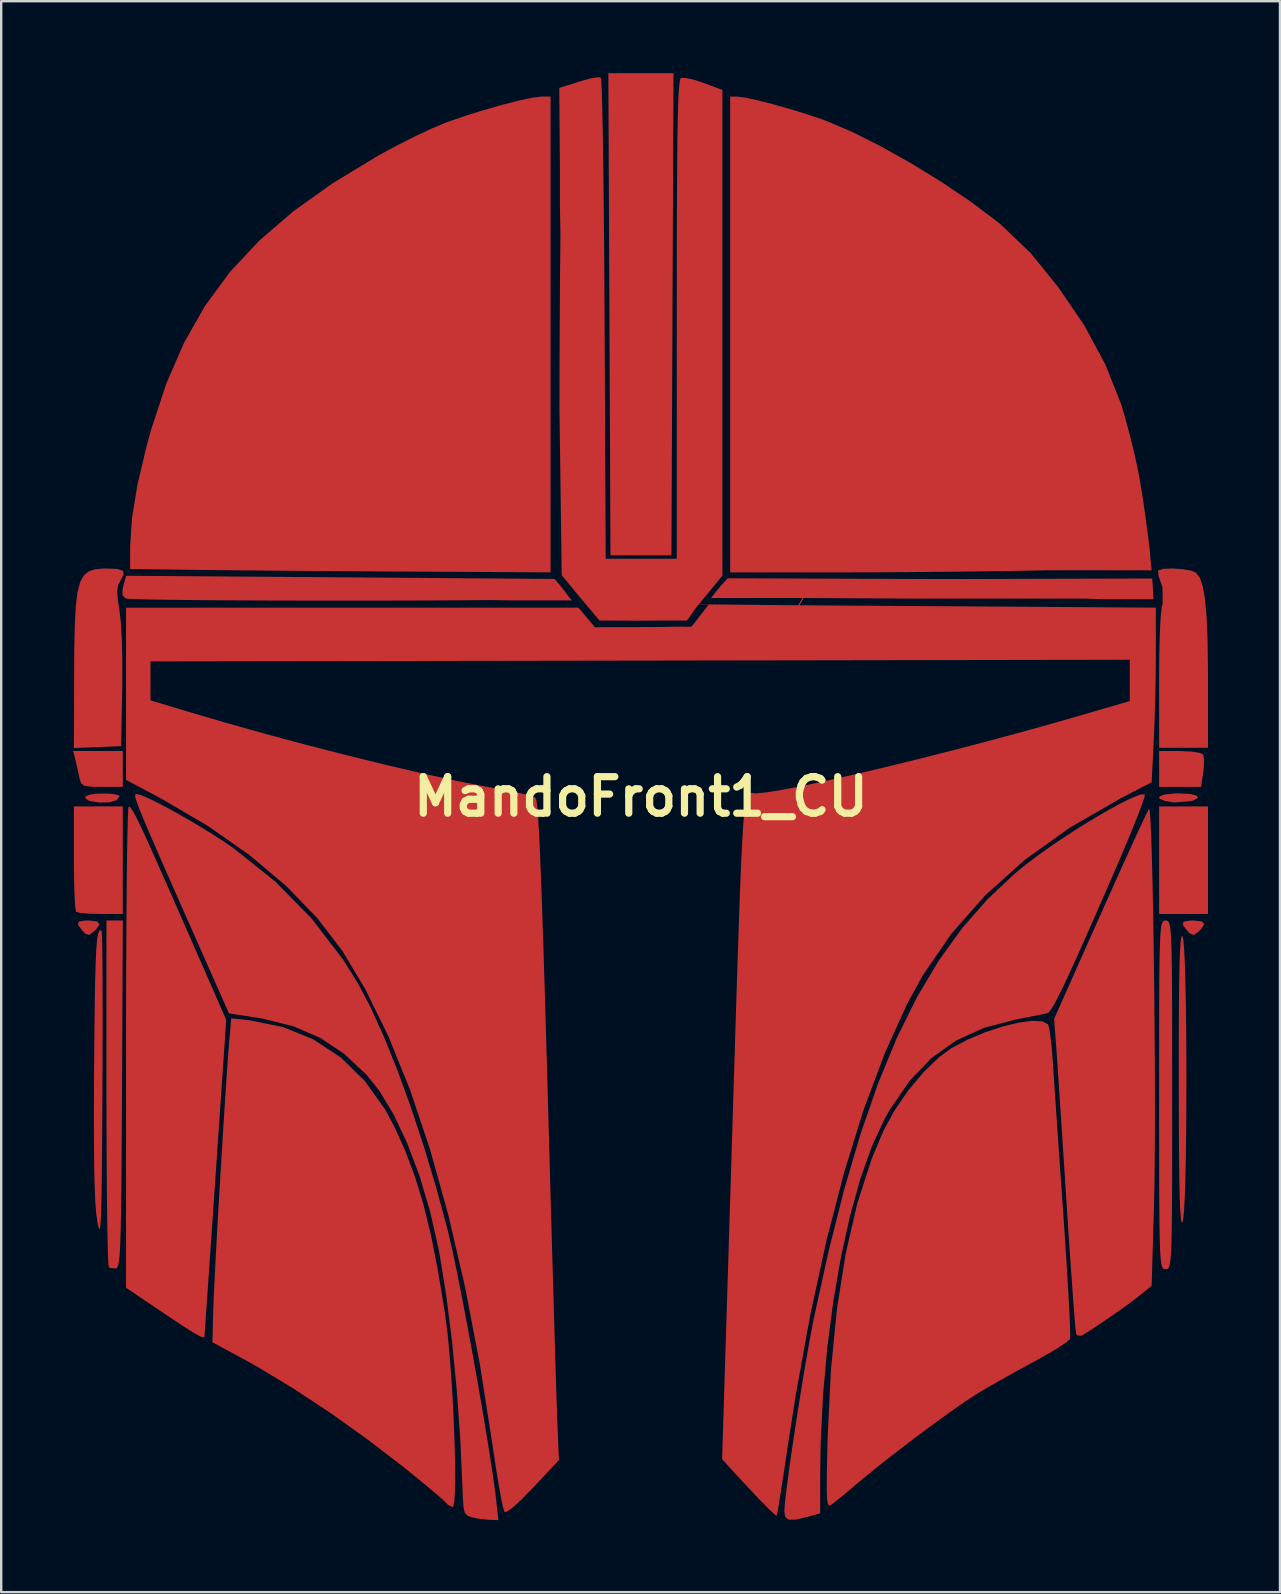
<source format=kicad_pcb>
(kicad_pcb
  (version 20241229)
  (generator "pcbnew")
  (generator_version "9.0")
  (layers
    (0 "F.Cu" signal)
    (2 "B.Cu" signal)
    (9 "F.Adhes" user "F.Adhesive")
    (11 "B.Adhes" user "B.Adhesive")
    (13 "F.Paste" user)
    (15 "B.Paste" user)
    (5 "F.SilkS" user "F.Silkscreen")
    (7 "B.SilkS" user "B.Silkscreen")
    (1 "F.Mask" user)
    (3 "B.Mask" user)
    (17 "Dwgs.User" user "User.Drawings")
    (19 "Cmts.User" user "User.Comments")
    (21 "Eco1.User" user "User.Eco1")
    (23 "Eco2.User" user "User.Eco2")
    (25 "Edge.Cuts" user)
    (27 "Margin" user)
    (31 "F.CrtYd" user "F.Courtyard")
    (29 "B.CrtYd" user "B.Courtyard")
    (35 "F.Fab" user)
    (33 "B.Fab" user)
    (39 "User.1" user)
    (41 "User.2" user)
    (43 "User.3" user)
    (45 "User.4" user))
  (footprint "MandoFront1_CU"
    (layer "F.Cu")
    (at 23.664 30.154)
    (property "Reference" "MandoFront1_CU" (at 0 0 0) (layer "F.SilkS") (effects (font (size 1.524 1.524) (thickness 0.3))))
    (attr board_only exclude_from_pos_files exclude_from_bom)
    (fp_poly (pts (xy 1.27 -10.058) (xy -1.27 -10.058) (xy -1.358 -30.154) (xy 1.358 -30.154)) (stroke (width 0) (type solid)) (fill yes) (layer "F.Cu"))
    (fp_poly (pts (xy 23.634 4.89) (xy 21.597 4.89) (xy 21.597 0.407) (xy 23.634 0.407)) (stroke (width 0) (type solid)) (fill yes) (layer "F.Cu"))
    (fp_poly (pts (xy 22.936 -1.881) (xy 23.286 -1.826) (xy 23.436 -1.756) (xy 23.472 -1.542) (xy 23.457 -1.174) (xy 23.436 -1.009) (xy 23.346 -0.407) (xy 21.597 -0.407) (xy 21.597 -1.902) (xy 22.472 -1.902)) (stroke (width 0) (type solid)) (fill yes) (layer "F.Cu"))
    (fp_poly (pts (xy -22.666 5.198) (xy -22.565 5.318) (xy -22.712 5.536) (xy -22.797 5.617) (xy -23.002 5.766) (xy -23.158 5.711) (xy -23.273 5.593) (xy -23.464 5.34) (xy -23.433 5.209) (xy -23.162 5.164) (xy -23.023 5.161)) (stroke (width 0) (type solid)) (fill yes) (layer "F.Cu"))
    (fp_poly (pts (xy -21.597 -0.407) (xy -22.463 -0.407) (xy -22.933 -0.414) (xy -23.2 -0.451) (xy -23.33 -0.548) (xy -23.393 -0.732) (xy -23.407 -0.799) (xy -23.5 -1.231) (xy -23.574 -1.546) (xy -23.664 -1.902) (xy -21.597 -1.902)) (stroke (width 0) (type solid)) (fill yes) (layer "F.Cu"))
    (fp_poly (pts (xy 23.38 5.198) (xy 23.481 5.318) (xy 23.334 5.536) (xy 23.249 5.617) (xy 23.044 5.766) (xy 22.888 5.711) (xy 22.773 5.593) (xy 22.582 5.34) (xy 22.613 5.209) (xy 22.884 5.164) (xy 23.023 5.161)) (stroke (width 0) (type solid)) (fill yes) (layer "F.Cu"))
    (fp_poly (pts (xy -21.959 -0.107) (xy -21.755 -0.049) (xy -21.733 -0.015) (xy -21.853 0.146) (xy -22.163 0.237) (xy -22.588 0.245) (xy -22.991 0.178) (xy -23.155 0.071) (xy -23.152 -0.01) (xy -22.989 -0.083) (xy -22.671 -0.124) (xy -22.296 -0.132)) (stroke (width 0) (type solid)) (fill yes) (layer "F.Cu"))
    (fp_poly (pts (xy 22.888 -0.111) (xy 23.164 -0.045) (xy 23.219 0.047) (xy 23.031 0.153) (xy 22.921 0.186) (xy 22.215 0.244) (xy 21.834 0.178) (xy 21.605 0.08) (xy 21.617 -0.016) (xy 21.84 -0.092) (xy 22.244 -0.133) (xy 22.412 -0.136)) (stroke (width 0) (type solid)) (fill yes) (layer "F.Cu"))
    (fp_poly (pts (xy -21.597 4.89) (xy -22.525 4.89) (xy -23.004 4.877) (xy -23.37 4.845) (xy -23.543 4.8) (xy -23.544 4.799) (xy -23.575 4.639) (xy -23.601 4.255) (xy -23.621 3.697) (xy -23.632 3.011) (xy -23.634 2.558) (xy -23.634 0.407) (xy -21.597 0.407)) (stroke (width 0) (type solid)) (fill yes) (layer "F.Cu"))
    (fp_poly (pts (xy -21.63 12.393) (xy -21.638 13.992) (xy -21.647 15.341) (xy -21.657 16.46) (xy -21.67 17.37) (xy -21.685 18.093) (xy -21.703 18.649) (xy -21.725 19.059) (xy -21.753 19.345) (xy -21.785 19.527) (xy -21.825 19.626) (xy -21.871 19.663) (xy -21.875 19.664) (xy -22.117 19.647) (xy -22.181 19.609) (xy -22.199 19.459) (xy -22.216 19.063) (xy -22.231 18.446) (xy -22.245 17.633) (xy -22.257 16.651) (xy -22.266 15.524) (xy -22.272 14.279) (xy -22.276 12.94) (xy -22.276 12.338) (xy -22.276 5.161) (xy -21.594 5.161)) (stroke (width 0) (type solid)) (fill yes) (layer "F.Cu"))
    (fp_poly (pts (xy 22.561 -9.482) (xy 22.933 -9.418) (xy 23.131 -9.338) (xy 23.289 -9.138) (xy 23.413 -8.782) (xy 23.507 -8.25) (xy 23.574 -7.518) (xy 23.615 -6.567) (xy 23.633 -5.374) (xy 23.634 -4.871) (xy 23.634 -2.037) (xy 21.597 -2.037) (xy 21.597 -4.883) (xy 21.604 -5.918) (xy 21.625 -6.781) (xy 21.659 -7.447) (xy 21.704 -7.887) (xy 21.744 -8.053) (xy 21.742 -8.382) (xy 21.734 -8.747) (xy 21.688 -8.863) (xy 21.576 -9.192) (xy 21.552 -9.405) (xy 21.563 -9.429) (xy 21.77 -9.494) (xy 22.138 -9.51)) (stroke (width 0) (type solid)) (fill yes) (layer "F.Cu"))
    (fp_poly (pts (xy -21.809 -9.489) (xy -21.582 -9.413) (xy -21.56 -9.253) (xy -21.685 -9.021) (xy -21.793 -8.806) (xy -21.829 -8.548) (xy -21.797 -8.166) (xy -21.736 -7.78) (xy -21.678 -7.268) (xy -21.637 -6.544) (xy -21.617 -5.669) (xy -21.618 -4.702) (xy -21.621 -4.482) (xy -21.665 -2.105) (xy -22.649 -2.065) (xy -23.634 -2.026) (xy -23.626 -4.918) (xy -23.618 -6.157) (xy -23.597 -7.152) (xy -23.556 -7.929) (xy -23.485 -8.514) (xy -23.377 -8.935) (xy -23.225 -9.217) (xy -23.02 -9.389) (xy -22.755 -9.476) (xy -22.422 -9.506) (xy -22.273 -9.508)) (stroke (width 0) (type solid)) (fill yes) (layer "F.Cu"))
    (fp_poly (pts (xy -3.599 -9.075) (xy -3.296 -8.715) (xy -3.106 -8.468) (xy -2.972 -8.28) (xy -2.87 -8.179) (xy -3.353 -8.179) (xy -3.759 -8.179) (xy -4.465 -8.179) (xy -5.29 -8.179) (xy -6.276 -8.193) (xy -7.395 -8.185) (xy -8.618 -8.178) (xy -9.919 -8.174) (xy -11.269 -8.171) (xy -12.641 -8.171) (xy -14.007 -8.172) (xy -15.34 -8.175) (xy -16.611 -8.18) (xy -17.794 -8.187) (xy -18.859 -8.196) (xy -19.781 -8.207) (xy -20.529 -8.219) (xy -21.079 -8.234) (xy -21.4 -8.251) (xy -21.472 -8.261) (xy -21.61 -8.391) (xy -21.604 -8.651) (xy -21.574 -8.78) (xy -21.461 -9.206)) (stroke (width 0) (type solid)) (fill yes) (layer "F.Cu"))
    (fp_poly (pts (xy 22.568 5.806) (xy 22.607 5.978) (xy 22.641 6.388) (xy 22.67 6.999) (xy 22.693 7.78) (xy 22.712 8.694) (xy 22.725 9.707) (xy 22.732 10.786) (xy 22.735 11.896) (xy 22.731 13.001) (xy 22.723 14.068) (xy 22.709 15.063) (xy 22.69 15.951) (xy 22.665 16.697) (xy 22.635 17.267) (xy 22.6 17.627) (xy 22.573 17.733) (xy 22.535 17.731) (xy 22.503 17.573) (xy 22.477 17.242) (xy 22.456 16.724) (xy 22.44 16.002) (xy 22.428 15.062) (xy 22.421 13.888) (xy 22.417 12.463) (xy 22.416 11.824) (xy 22.417 10.288) (xy 22.421 9.008) (xy 22.43 7.967) (xy 22.444 7.151) (xy 22.462 6.542) (xy 22.487 6.124) (xy 22.517 5.882) (xy 22.553 5.8)) (stroke (width 0) (type solid)) (fill yes) (layer "F.Cu"))
    (fp_poly (pts (xy -22.478 5.593) (xy -22.465 5.739) (xy -22.454 6.129) (xy -22.446 6.738) (xy -22.44 7.539) (xy -22.437 8.505) (xy -22.436 9.609) (xy -22.439 10.825) (xy -22.444 12.126) (xy -22.444 12.169) (xy -22.453 13.661) (xy -22.462 14.899) (xy -22.472 15.902) (xy -22.484 16.688) (xy -22.498 17.275) (xy -22.515 17.682) (xy -22.535 17.926) (xy -22.561 18.027) (xy -22.591 18.001) (xy -22.627 17.868) (xy -22.655 17.726) (xy -22.703 17.375) (xy -22.741 16.89) (xy -22.769 16.247) (xy -22.788 15.427) (xy -22.798 14.405) (xy -22.8 13.161) (xy -22.794 11.673) (xy -22.791 11.251) (xy -22.779 9.809) (xy -22.765 8.617) (xy -22.748 7.656) (xy -22.726 6.904) (xy -22.699 6.342) (xy -22.665 5.948) (xy -22.623 5.701) (xy -22.573 5.581) (xy -22.512 5.567)) (stroke (width 0) (type solid)) (fill yes) (layer "F.Cu"))
    (fp_poly (pts (xy -3.768 -9.349) (xy -9.574 -9.38) (xy -10.949 -9.388) (xy -12.361 -9.397) (xy -13.761 -9.407) (xy -15.097 -9.418) (xy -16.321 -9.429) (xy -17.38 -9.439) (xy -18.227 -9.449) (xy -18.335 -9.45) (xy -21.29 -9.49) (xy -21.29 -10.42) (xy -21.212 -11.619) (xy -20.979 -13.032) (xy -20.591 -14.663) (xy -20.407 -15.322) (xy -19.785 -17.21) (xy -19.046 -18.911) (xy -18.17 -20.454) (xy -17.133 -21.864) (xy -15.914 -23.17) (xy -14.49 -24.397) (xy -12.839 -25.573) (xy -10.938 -26.725) (xy -10.935 -26.726) (xy -10.202 -27.124) (xy -9.436 -27.511) (xy -8.723 -27.846) (xy -8.148 -28.089) (xy -8.083 -28.113) (xy -7.341 -28.369) (xy -6.554 -28.615) (xy -5.781 -28.835) (xy -5.083 -29.014) (xy -4.519 -29.134) (xy -4.148 -29.179) (xy -4.141 -29.179) (xy -3.768 -29.18)) (stroke (width 0) (type solid)) (fill yes) (layer "F.Cu"))
    (fp_poly (pts (xy -21.298 0.433) (xy -21.224 0.524) (xy -21.117 0.702) (xy -20.97 0.989) (xy -20.771 1.406) (xy -20.51 1.975) (xy -20.177 2.718) (xy -19.762 3.656) (xy -19.254 4.81) (xy -18.953 5.496) (xy -17.285 9.304) (xy -17.736 15.892) (xy -17.826 17.201) (xy -17.91 18.424) (xy -17.987 19.537) (xy -18.054 20.511) (xy -18.11 21.323) (xy -18.154 21.944) (xy -18.182 22.349) (xy -18.194 22.512) (xy -18.194 22.514) (xy -18.247 22.54) (xy -18.399 22.482) (xy -18.68 22.322) (xy -19.118 22.043) (xy -19.741 21.628) (xy -19.933 21.499) (xy -21.461 20.468) (xy -21.461 10.438) (xy -21.46 8.814) (xy -21.455 7.272) (xy -21.449 5.832) (xy -21.44 4.516) (xy -21.429 3.345) (xy -21.416 2.341) (xy -21.402 1.524) (xy -21.386 0.915) (xy -21.37 0.536) (xy -21.352 0.407)) (stroke (width 0) (type solid)) (fill yes) (layer "F.Cu"))
    (fp_poly (pts (xy 4.024 -29.178) (xy 4.345 -29.137) (xy 4.858 -29.025) (xy 5.499 -28.861) (xy 6.204 -28.662) (xy 6.908 -28.446) (xy 7.547 -28.23) (xy 7.725 -28.165) (xy 8.8 -27.707) (xy 10.005 -27.102) (xy 11.274 -26.39) (xy 12.54 -25.611) (xy 13.736 -24.805) (xy 14.794 -24.011) (xy 15.024 -23.823) (xy 16.252 -22.646) (xy 17.383 -21.246) (xy 18.466 -19.663) (xy 19.355 -18.016) (xy 20.041 -16.289) (xy 20.371 -15.095) (xy 20.574 -14.27) (xy 20.752 -13.428) (xy 20.904 -12.529) (xy 21.031 -11.645) (xy 21.133 -10.878) (xy 21.209 -10.269) (xy 21.234 -9.915) (xy 21.285 -9.433) (xy 17.007 -9.437) (xy 15.768 -9.413) (xy 14.34 -9.392) (xy 12.805 -9.374) (xy 11.245 -9.36) (xy 9.742 -9.351) (xy 8.38 -9.347) (xy 8.314 -9.347) (xy 3.718 -9.347) (xy 3.718 -29.178)) (stroke (width 0) (type solid)) (fill yes) (layer "F.Cu"))
    (fp_poly (pts (xy 21.207 0.605) (xy 21.235 0.951) (xy 21.262 1.516) (xy 21.288 2.27) (xy 21.313 3.188) (xy 21.336 4.242) (xy 21.357 5.405) (xy 21.376 6.649) (xy 21.392 7.949) (xy 21.405 9.276) (xy 21.415 10.604) (xy 21.421 11.905) (xy 21.423 13.152) (xy 21.42 14.319) (xy 21.413 15.377) (xy 21.4 16.301) (xy 21.385 16.99) (xy 21.286 20.388) (xy 20.728 20.836) (xy 20.328 21.14) (xy 19.792 21.523) (xy 19.214 21.92) (xy 18.687 22.268) (xy 18.37 22.465) (xy 18.187 22.46) (xy 18.138 22.386) (xy 18.116 22.215) (xy 18.08 21.804) (xy 18.031 21.181) (xy 17.972 20.377) (xy 17.905 19.423) (xy 17.831 18.349) (xy 17.755 17.184) (xy 17.733 16.843) (xy 17.653 15.611) (xy 17.576 14.422) (xy 17.503 13.312) (xy 17.437 12.318) (xy 17.381 11.478) (xy 17.337 10.829) (xy 17.307 10.409) (xy 17.304 10.371) (xy 17.22 9.264) (xy 19.146 4.937) (xy 19.6 3.923) (xy 20.021 2.987) (xy 20.397 2.158) (xy 20.715 1.466) (xy 20.96 0.94) (xy 21.12 0.609) (xy 21.179 0.502)) (stroke (width 0) (type solid)) (fill yes) (layer "F.Cu"))
    (fp_poly (pts (xy 21.928 5.167) (xy 21.978 5.197) (xy 22.019 5.274) (xy 22.053 5.418) (xy 22.08 5.652) (xy 22.101 5.996) (xy 22.116 6.472) (xy 22.127 7.102) (xy 22.134 7.907) (xy 22.138 8.908) (xy 22.139 10.127) (xy 22.14 11.586) (xy 22.14 12.428) (xy 22.14 14.017) (xy 22.139 15.355) (xy 22.136 16.465) (xy 22.131 17.367) (xy 22.122 18.084) (xy 22.109 18.636) (xy 22.091 19.045) (xy 22.068 19.332) (xy 22.037 19.519) (xy 22 19.628) (xy 21.954 19.679) (xy 21.9 19.694) (xy 21.868 19.695) (xy 21.809 19.69) (xy 21.759 19.66) (xy 21.718 19.583) (xy 21.684 19.439) (xy 21.657 19.205) (xy 21.636 18.861) (xy 21.621 18.385) (xy 21.61 17.755) (xy 21.603 16.95) (xy 21.599 15.949) (xy 21.597 14.73) (xy 21.597 13.271) (xy 21.597 12.428) (xy 21.597 10.84) (xy 21.598 9.501) (xy 21.601 8.392) (xy 21.606 7.489) (xy 21.615 6.773) (xy 21.628 6.221) (xy 21.646 5.812) (xy 21.669 5.525) (xy 21.699 5.337) (xy 21.737 5.229) (xy 21.782 5.178) (xy 21.837 5.162) (xy 21.868 5.161)) (stroke (width 0) (type solid)) (fill yes) (layer "F.Cu"))
    (fp_poly (pts (xy -16.315 9.321) (xy -14.922 9.6) (xy -13.649 10.12) (xy -12.507 10.874) (xy -11.505 11.853) (xy -10.655 13.05) (xy -10.283 13.741) (xy -9.823 14.762) (xy -9.423 15.823) (xy -9.073 16.97) (xy -8.759 18.247) (xy -8.471 19.699) (xy -8.195 21.371) (xy -8.151 21.665) (xy -8.065 22.337) (xy -7.987 23.135) (xy -7.916 24.021) (xy -7.856 24.955) (xy -7.807 25.899) (xy -7.771 26.814) (xy -7.749 27.662) (xy -7.743 28.403) (xy -7.754 29) (xy -7.783 29.412) (xy -7.833 29.602) (xy -7.849 29.611) (xy -8.052 29.51) (xy -8.09 29.462) (xy -8.223 29.331) (xy -8.531 29.062) (xy -8.978 28.689) (xy -9.526 28.241) (xy -9.966 27.887) (xy -11.423 26.769) (xy -12.949 25.682) (xy -14.471 24.677) (xy -15.916 23.803) (xy -16.503 23.475) (xy -17.861 22.739) (xy -17.823 21.319) (xy -17.804 20.825) (xy -17.77 20.104) (xy -17.723 19.201) (xy -17.666 18.16) (xy -17.602 17.025) (xy -17.532 15.841) (xy -17.46 14.652) (xy -17.389 13.503) (xy -17.32 12.438) (xy -17.257 11.5) (xy -17.203 10.736) (xy -17.162 10.222) (xy -17.077 9.238)) (stroke (width 0) (type solid)) (fill yes) (layer "F.Cu"))
    (fp_poly (pts (xy 16.728 9.362) (xy 16.968 9.491) (xy 16.972 9.497) (xy 17.025 9.699) (xy 17.082 10.105) (xy 17.136 10.649) (xy 17.165 11.048) (xy 17.196 11.51) (xy 17.243 12.201) (xy 17.303 13.078) (xy 17.373 14.101) (xy 17.451 15.228) (xy 17.534 16.415) (xy 17.605 17.423) (xy 17.683 18.566) (xy 17.751 19.626) (xy 17.808 20.573) (xy 17.852 21.375) (xy 17.88 22.001) (xy 17.892 22.42) (xy 17.886 22.6) (xy 17.886 22.601) (xy 17.744 22.733) (xy 17.411 22.957) (xy 16.935 23.242) (xy 16.367 23.557) (xy 16.365 23.558) (xy 15.685 23.927) (xy 14.988 24.317) (xy 14.367 24.673) (xy 14.011 24.885) (xy 13.503 25.216) (xy 12.839 25.681) (xy 12.072 26.238) (xy 11.257 26.848) (xy 10.445 27.471) (xy 9.691 28.067) (xy 9.048 28.595) (xy 8.897 28.724) (xy 8.485 29.072) (xy 8.136 29.357) (xy 7.914 29.525) (xy 7.891 29.539) (xy 7.829 29.543) (xy 7.784 29.45) (xy 7.756 29.23) (xy 7.744 28.854) (xy 7.746 28.29) (xy 7.761 27.51) (xy 7.782 26.677) (xy 7.919 23.891) (xy 8.17 21.347) (xy 8.535 19.037) (xy 9.017 16.957) (xy 9.616 15.1) (xy 10.106 13.928) (xy 10.567 13.082) (xy 11.144 12.243) (xy 11.785 11.477) (xy 12.436 10.85) (xy 12.94 10.483) (xy 13.609 10.13) (xy 14.327 9.827) (xy 15.047 9.587) (xy 15.719 9.422) (xy 16.296 9.343)) (stroke (width 0) (type solid)) (fill yes) (layer "F.Cu"))
    (fp_poly (pts (xy -20.857 -0.073) (xy -20.479 0.088) (xy -19.963 0.347) (xy -19.352 0.678) (xy -18.692 1.057) (xy -18.028 1.459) (xy -17.403 1.859) (xy -16.985 2.145) (xy -15.247 3.532) (xy -13.729 5.075) (xy -12.417 6.788) (xy -11.799 7.773) (xy -11.273 8.768) (xy -10.72 9.988) (xy -10.154 11.394) (xy -9.59 12.942) (xy -9.045 14.59) (xy -8.532 16.298) (xy -8.067 18.022) (xy -8.032 18.161) (xy -7.872 18.851) (xy -7.68 19.759) (xy -7.466 20.835) (xy -7.238 22.03) (xy -7.005 23.293) (xy -6.777 24.575) (xy -6.562 25.825) (xy -6.37 26.993) (xy -6.208 28.03) (xy -6.087 28.884) (xy -6.035 29.305) (xy -5.941 30.154) (xy -6.332 30.14) (xy -6.759 30.095) (xy -7.063 30.033) (xy -7.238 29.966) (xy -7.342 29.843) (xy -7.397 29.602) (xy -7.425 29.179) (xy -7.434 28.926) (xy -7.527 26.829) (xy -7.676 24.729) (xy -7.875 22.691) (xy -8.116 20.782) (xy -8.394 19.066) (xy -8.442 18.812) (xy -8.793 17.266) (xy -9.232 15.797) (xy -9.741 14.446) (xy -10.304 13.252) (xy -10.905 12.256) (xy -11.434 11.594) (xy -12.376 10.715) (xy -13.369 10.052) (xy -14.472 9.576) (xy -15.744 9.256) (xy -16.118 9.193) (xy -17.171 9.033) (xy -18.645 5.705) (xy -19.242 4.354) (xy -19.738 3.231) (xy -20.14 2.314) (xy -20.458 1.582) (xy -20.7 1.014) (xy -20.875 0.59) (xy -20.991 0.288) (xy -21.057 0.088) (xy -21.083 -0.032) (xy -21.075 -0.092) (xy -21.051 -0.112)) (stroke (width 0) (type solid)) (fill yes) (layer "F.Cu"))
    (fp_poly (pts (xy 21.005 -0.094) (xy 20.978 0.05) (xy 20.853 0.408) (xy 20.645 0.947) (xy 20.367 1.633) (xy 20.032 2.432) (xy 19.691 3.225) (xy 19.079 4.628) (xy 18.563 5.799) (xy 18.135 6.756) (xy 17.787 7.517) (xy 17.51 8.101) (xy 17.295 8.525) (xy 17.134 8.808) (xy 17.019 8.968) (xy 16.948 9.022) (xy 16.74 9.069) (xy 16.34 9.149) (xy 15.825 9.247) (xy 15.668 9.276) (xy 14.318 9.627) (xy 13.139 10.161) (xy 12.105 10.896) (xy 11.192 11.851) (xy 10.373 13.046) (xy 10.147 13.447) (xy 9.627 14.566) (xy 9.147 15.919) (xy 8.715 17.47) (xy 8.337 19.183) (xy 8.019 21.022) (xy 7.767 22.952) (xy 7.589 24.936) (xy 7.49 26.94) (xy 7.471 28.212) (xy 7.471 29.87) (xy 6.961 30.011) (xy 6.457 30.131) (xy 6.157 30.138) (xy 6.013 30.021) (xy 5.977 29.78) (xy 5.999 29.452) (xy 6.062 28.9) (xy 6.158 28.171) (xy 6.28 27.309) (xy 6.421 26.36) (xy 6.575 25.369) (xy 6.735 24.38) (xy 6.893 23.438) (xy 7.044 22.589) (xy 7.179 21.878) (xy 7.207 21.738) (xy 7.827 18.919) (xy 8.476 16.355) (xy 9.161 14.032) (xy 9.891 11.933) (xy 10.671 10.044) (xy 11.509 8.349) (xy 12.413 6.833) (xy 13.388 5.48) (xy 14.443 4.276) (xy 15.584 3.204) (xy 15.936 2.914) (xy 16.533 2.457) (xy 17.21 1.979) (xy 17.928 1.502) (xy 18.65 1.048) (xy 19.338 0.64) (xy 19.955 0.299) (xy 20.464 0.048) (xy 20.826 -0.09) (xy 21.004 -0.094)) (stroke (width 0) (type solid)) (fill yes) (layer "F.Cu"))
    (fp_poly (pts (xy -1.668 -29.966) (xy -1.65 -29.816) (xy -1.632 -29.416) (xy -1.614 -28.787) (xy -1.596 -27.952) (xy -1.579 -26.931) (xy -1.563 -25.745) (xy -1.548 -24.418) (xy -1.535 -22.969) (xy -1.524 -21.421) (xy -1.516 -19.888) (xy -1.469 -9.916) (xy 1.494 -9.916) (xy 1.494 -19.903) (xy 1.495 -21.838) (xy 1.497 -23.517) (xy 1.502 -24.958) (xy 1.508 -26.178) (xy 1.517 -27.192) (xy 1.529 -28.019) (xy 1.545 -28.674) (xy 1.563 -29.174) (xy 1.586 -29.537) (xy 1.612 -29.777) (xy 1.643 -29.913) (xy 1.676 -29.961) (xy 1.894 -29.953) (xy 2.271 -29.862) (xy 2.627 -29.743) (xy 3.396 -29.455) (xy 3.396 -9.214) (xy 2.904 -8.614) (xy 2.412 -8.014) (xy 2.828 -8.014) (xy 6.553 -7.976) (xy 6.731 -8.28) (xy 4.724 -8.28) (xy 3.2 -8.28) (xy 2.921 -8.28) (xy 3.124 -8.534) (xy 3.353 -8.814) (xy 3.619 -9.103) (xy 12.574 -9.068) (xy 21.311 -9.093) (xy 21.361 -8.23) (xy 20.549 -8.23) (xy 19.914 -8.23) (xy 19.253 -8.23) (xy 18.491 -8.255) (xy 17.323 -8.255) (xy 16.332 -8.255) (xy 14.986 -8.255) (xy 11.303 -8.255) (xy 6.782 -8.28) (xy 6.604 -7.976) (xy 21.461 -7.878) (xy 21.46 -5.943) (xy 21.453 -5.041) (xy 21.434 -4.042) (xy 21.405 -3.073) (xy 21.373 -2.304) (xy 21.286 -0.601) (xy 19.987 0.073) (xy 17.875 1.291) (xy 16.002 2.631) (xy 14.361 4.099) (xy 12.945 5.702) (xy 11.747 7.448) (xy 11.089 8.647) (xy 10.154 10.716) (xy 9.282 13.046) (xy 8.476 15.636) (xy 7.735 18.484) (xy 7.06 21.588) (xy 6.451 24.945) (xy 6.116 27.09) (xy 5.99 27.935) (xy 5.876 28.684) (xy 5.779 29.296) (xy 5.707 29.733) (xy 5.665 29.954) (xy 5.659 29.973) (xy 5.555 29.902) (xy 5.315 29.677) (xy 4.99 29.346) (xy 4.948 29.302) (xy 4.53 28.858) (xy 4.113 28.412) (xy 3.829 28.103) (xy 3.383 27.615) (xy 3.728 16.49) (xy 3.804 14.014) (xy 3.873 11.795) (xy 3.934 9.82) (xy 3.989 8.074) (xy 4.038 6.544) (xy 4.083 5.215) (xy 4.124 4.072) (xy 4.162 3.103) (xy 4.199 2.293) (xy 4.234 1.628) (xy 4.269 1.094) (xy 4.306 0.677) (xy 4.343 0.363) (xy 4.384 0.137) (xy 4.428 -0.014) (xy 4.476 -0.104) (xy 4.529 -0.148) (xy 4.589 -0.159) (xy 4.656 -0.152) (xy 4.73 -0.14) (xy 4.785 -0.137) (xy 5.199 -0.174) (xy 5.845 -0.277) (xy 6.692 -0.441) (xy 7.712 -0.658) (xy 8.875 -0.921) (xy 10.151 -1.222) (xy 11.51 -1.555) (xy 12.922 -1.912) (xy 14.359 -2.287) (xy 15.789 -2.672) (xy 17.185 -3.06) (xy 17.963 -3.284) (xy 20.374 -3.983) (xy 20.374 -5.706) (xy -0.034 -5.671) (xy -20.442 -5.637) (xy -20.442 -4.016) (xy -18.948 -3.564) (xy -17.361 -3.096) (xy -15.687 -2.626) (xy -13.974 -2.166) (xy -12.268 -1.727) (xy -10.615 -1.321) (xy -9.06 -0.958) (xy -7.652 -0.652) (xy -6.435 -0.412) (xy -5.976 -0.332) (xy -5.372 -0.22) (xy -4.861 -0.105) (xy -4.508 -0.003) (xy -4.386 0.055) (xy -4.354 0.161) (xy -4.321 0.427) (xy -4.286 0.864) (xy -4.249 1.483) (xy -4.21 2.295) (xy -4.168 3.31) (xy -4.123 4.54) (xy -4.074 5.995) (xy -4.021 7.686) (xy -3.964 9.624) (xy -3.901 11.819) (xy -3.882 12.496) (xy -3.831 14.337) (xy -3.781 16.125) (xy -3.732 17.84) (xy -3.686 19.459) (xy -3.642 20.96) (xy -3.602 22.32) (xy -3.567 23.517) (xy -3.536 24.53) (xy -3.511 25.336) (xy -3.491 25.912) (xy -3.48 26.219) (xy -3.418 27.65) (xy -4.491 28.796) (xy -4.991 29.309) (xy -5.372 29.653) (xy -5.614 29.812) (xy -5.687 29.81) (xy -5.743 29.64) (xy -5.827 29.244) (xy -5.931 28.668) (xy -6.047 27.954) (xy -6.167 27.146) (xy -6.174 27.098) (xy -6.716 23.645) (xy -7.333 20.427) (xy -8.024 17.449) (xy -8.787 14.714) (xy -9.62 12.227) (xy -10.524 9.991) (xy -11.496 8.011) (xy -12.438 6.438) (xy -13.486 5.064) (xy -14.784 3.725) (xy -16.308 2.44) (xy -18.037 1.228) (xy -19.949 0.106) (xy -20.001 0.079) (xy -21.461 -0.7) (xy -21.461 -7.878) (xy -2.605 -7.878) (xy -2.262 -7.471) (xy -1.919 -7.063) (xy 0.025 -7.067) (xy 0.788 -7.071) (xy 1.327 -7.082) (xy 1.687 -7.087) (xy 1.958 -7.081) (xy 2.108 -7.087) (xy 2.311 -7.341) (xy 2.464 -7.544) (xy 2.819 -8.001) (xy 2.388 -8.001) (xy 2.134 -7.645) (xy 2.032 -7.493) (xy 1.916 -7.341) (xy 1.702 -7.341) (xy 1.321 -7.341) (xy 0.742 -7.34) (xy -0.054 -7.335) (xy -1.727 -7.341) (xy -2.54 -8.306) (xy -3.302 -9.231) (xy -3.396 -16.139) (xy -3.394 -17.624) (xy -3.388 -19.14) (xy -3.38 -20.644) (xy -3.369 -22.091) (xy -3.355 -23.437) (xy -3.378 -24.613) (xy -3.378 -25.603) (xy -3.378 -26.264) (xy -3.404 -29.54) (xy -2.496 -29.826) (xy -2.083 -29.943) (xy -1.776 -29.987)) (stroke (width 0) (type solid)) (fill yes) (layer "F.Cu")))
  (gr_rect
    (start -3 -3)
    (end 50.298 63.308)
    (stroke (width 0.1) (type default))
    (fill no)
    (layer "Edge.Cuts")))
</source>
